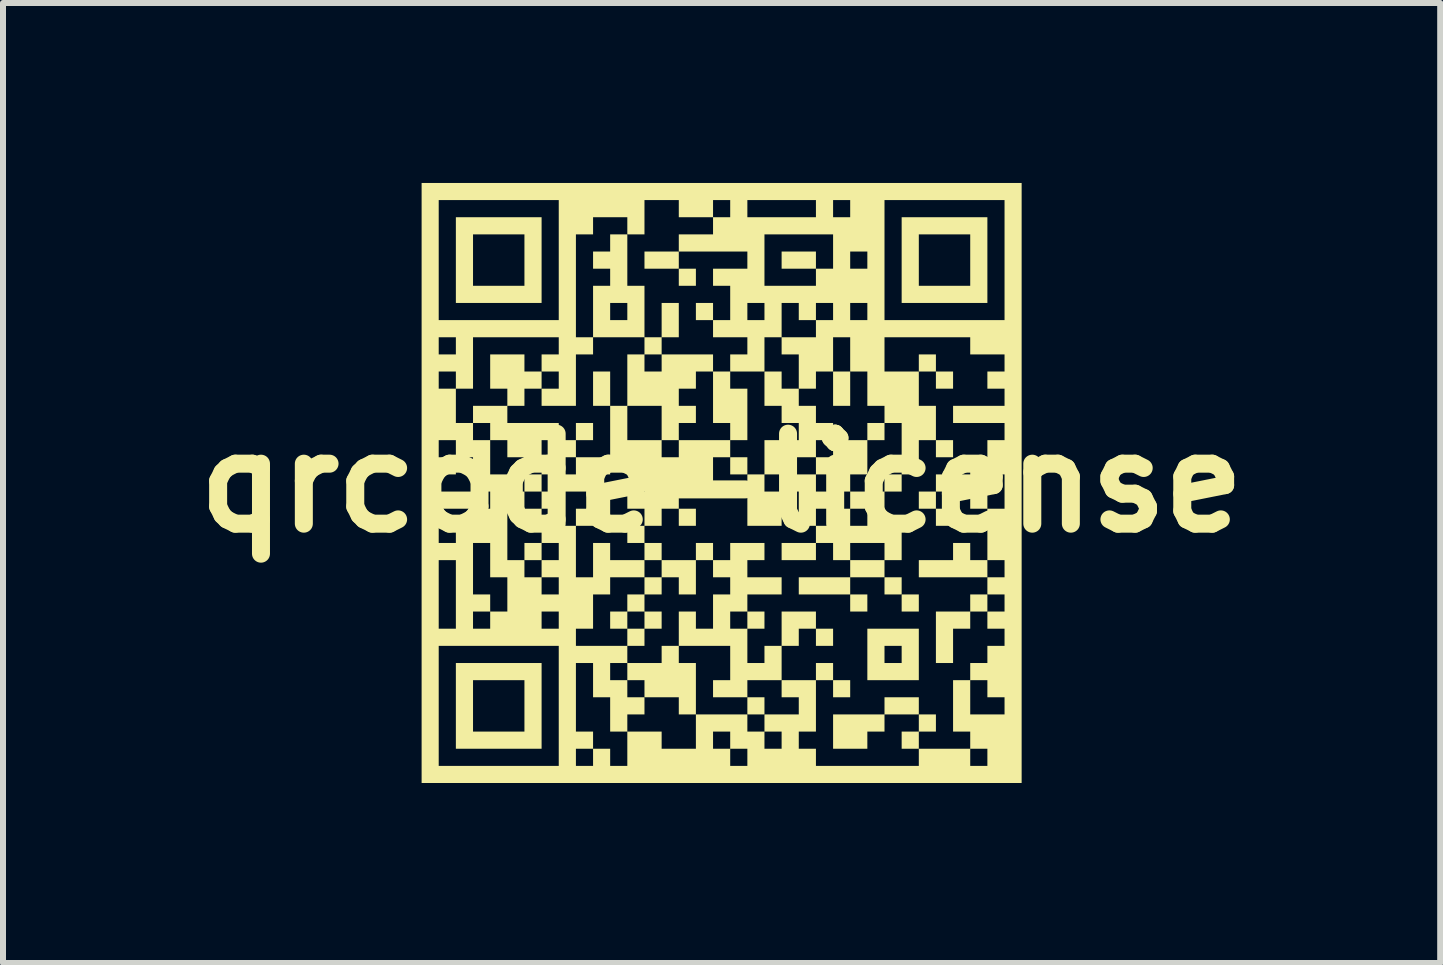
<source format=kicad_pcb>
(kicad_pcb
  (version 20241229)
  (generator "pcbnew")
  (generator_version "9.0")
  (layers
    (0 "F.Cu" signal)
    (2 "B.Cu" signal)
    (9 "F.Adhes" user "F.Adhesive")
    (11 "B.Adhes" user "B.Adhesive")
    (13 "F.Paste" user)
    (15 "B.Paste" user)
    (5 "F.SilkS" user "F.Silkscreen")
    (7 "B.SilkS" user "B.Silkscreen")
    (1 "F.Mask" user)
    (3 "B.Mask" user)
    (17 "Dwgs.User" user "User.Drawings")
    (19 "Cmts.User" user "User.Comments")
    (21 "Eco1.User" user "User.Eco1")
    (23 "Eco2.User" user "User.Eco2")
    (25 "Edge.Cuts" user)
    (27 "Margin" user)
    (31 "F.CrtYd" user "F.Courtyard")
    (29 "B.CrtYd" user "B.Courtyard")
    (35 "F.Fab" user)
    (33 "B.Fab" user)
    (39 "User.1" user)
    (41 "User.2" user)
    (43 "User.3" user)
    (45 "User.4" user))
  (footprint "qrcode-license"
    (layer "F.Cu")
    (at 8.979 5.001)
    (property "Reference" "qrcode-license" (at 0 0 0) (layer "F.SilkS") (effects (font (size 1.5 1.5) (thickness 0.3))))
    (attr board_only exclude_from_pos_files exclude_from_bom)
    (fp_poly (pts (xy -3.001 1.143) (xy -3.001 1.286) (xy -3.144 1.286) (xy -3.287 1.286) (xy -3.287 1.143) (xy -3.287 1) (xy -3.144 1) (xy -3.001 1)) (stroke (width 0) (type solid)) (fill yes) (layer "F.SilkS"))
    (fp_poly (pts (xy -0.714 -3.715) (xy -0.714 -3.572) (xy -1 -3.572) (xy -1.286 -3.572) (xy -1.286 -3.715) (xy -1.286 -3.858) (xy -1 -3.858) (xy -0.714 -3.858)) (stroke (width 0) (type solid)) (fill yes) (layer "F.SilkS"))
    (fp_poly (pts (xy -0.429 -3.43) (xy -0.429 -3.287) (xy -0.572 -3.287) (xy -0.714 -3.287) (xy -0.714 -3.43) (xy -0.714 -3.572) (xy -0.572 -3.572) (xy -0.429 -3.572)) (stroke (width 0) (type solid)) (fill yes) (layer "F.SilkS"))
    (fp_poly (pts (xy -0.429 0.572) (xy -0.429 0.714) (xy -0.572 0.714) (xy -0.714 0.714) (xy -0.714 0.572) (xy -0.714 0.429) (xy -0.572 0.429) (xy -0.429 0.429)) (stroke (width 0) (type solid)) (fill yes) (layer "F.SilkS"))
    (fp_poly (pts (xy -0.143 -2.858) (xy -0.143 -2.715) (xy -0.286 -2.715) (xy -0.429 -2.715) (xy -0.429 -2.858) (xy -0.429 -3.001) (xy -0.286 -3.001) (xy -0.143 -3.001)) (stroke (width 0) (type solid)) (fill yes) (layer "F.SilkS"))
    (fp_poly (pts (xy 0.714 3.715) (xy 0.714 3.858) (xy 0.572 3.858) (xy 0.429 3.858) (xy 0.429 3.715) (xy 0.429 3.572) (xy 0.572 3.572) (xy 0.714 3.572)) (stroke (width 0) (type solid)) (fill yes) (layer "F.SilkS"))
    (fp_poly (pts (xy 1.572 -3.715) (xy 1.572 -3.572) (xy 1.286 -3.572) (xy 1 -3.572) (xy 1 -3.715) (xy 1 -3.858) (xy 1.286 -3.858) (xy 1.572 -3.858)) (stroke (width 0) (type solid)) (fill yes) (layer "F.SilkS"))
    (fp_poly (pts (xy 1.858 2.572) (xy 1.858 2.715) (xy 1.715 2.715) (xy 1.572 2.715) (xy 1.572 2.572) (xy 1.572 2.429) (xy 1.715 2.429) (xy 1.858 2.429)) (stroke (width 0) (type solid)) (fill yes) (layer "F.SilkS"))
    (fp_poly (pts (xy 1.858 3.144) (xy 1.858 3.287) (xy 1.715 3.287) (xy 1.572 3.287) (xy 1.572 3.144) (xy 1.572 3.001) (xy 1.715 3.001) (xy 1.858 3.001)) (stroke (width 0) (type solid)) (fill yes) (layer "F.SilkS"))
    (fp_poly (pts (xy 2.143 -1.572) (xy 2.143 -1.286) (xy 2.001 -1.286) (xy 1.858 -1.286) (xy 1.858 -1.572) (xy 1.858 -1.858) (xy 2.001 -1.858) (xy 2.143 -1.858)) (stroke (width 0) (type solid)) (fill yes) (layer "F.SilkS"))
    (fp_poly (pts (xy 2.143 3.43) (xy 2.143 3.572) (xy 2.001 3.572) (xy 1.858 3.572) (xy 1.858 3.43) (xy 1.858 3.287) (xy 2.001 3.287) (xy 2.143 3.287)) (stroke (width 0) (type solid)) (fill yes) (layer "F.SilkS"))
    (fp_poly (pts (xy 2.429 2.001) (xy 2.429 2.143) (xy 2.286 2.143) (xy 2.143 2.143) (xy 2.143 2.001) (xy 2.143 1.858) (xy 2.286 1.858) (xy 2.429 1.858)) (stroke (width 0) (type solid)) (fill yes) (layer "F.SilkS"))
    (fp_poly (pts (xy 3.001 1.715) (xy 3.001 1.858) (xy 2.858 1.858) (xy 2.715 1.858) (xy 2.715 1.715) (xy 2.715 1.572) (xy 2.858 1.572) (xy 3.001 1.572)) (stroke (width 0) (type solid)) (fill yes) (layer "F.SilkS"))
    (fp_poly (pts (xy 3.287 2.001) (xy 3.287 2.143) (xy 3.144 2.143) (xy 3.001 2.143) (xy 3.001 2.001) (xy 3.001 1.858) (xy 3.144 1.858) (xy 3.287 1.858)) (stroke (width 0) (type solid)) (fill yes) (layer "F.SilkS"))
    (fp_poly (pts (xy 3.572 -2.001) (xy 3.572 -1.858) (xy 3.43 -1.858) (xy 3.287 -1.858) (xy 3.287 -2.001) (xy 3.287 -2.143) (xy 3.43 -2.143) (xy 3.572 -2.143)) (stroke (width 0) (type solid)) (fill yes) (layer "F.SilkS"))
    (fp_poly (pts (xy 3.572 0.286) (xy 3.572 0.429) (xy 3.43 0.429) (xy 3.287 0.429) (xy 3.287 0.286) (xy 3.287 0.143) (xy 3.43 0.143) (xy 3.572 0.143)) (stroke (width 0) (type solid)) (fill yes) (layer "F.SilkS"))
    (fp_poly (pts (xy 3.858 -1.715) (xy 3.858 -1.572) (xy 3.715 -1.572) (xy 3.572 -1.572) (xy 3.572 -1.715) (xy 3.572 -1.858) (xy 3.715 -1.858) (xy 3.858 -1.858)) (stroke (width 0) (type solid)) (fill yes) (layer "F.SilkS"))
    (fp_poly (pts (xy 3.858 -0.572) (xy 3.858 -0.429) (xy 3.715 -0.429) (xy 3.572 -0.429) (xy 3.572 -0.572) (xy 3.572 -0.714) (xy 3.715 -0.714) (xy 3.858 -0.714)) (stroke (width 0) (type solid)) (fill yes) (layer "F.SilkS"))
    (fp_poly (pts (xy 3.858 0.572) (xy 3.858 0.714) (xy 3.715 0.714) (xy 3.572 0.714) (xy 3.572 0.572) (xy 3.572 0.429) (xy 3.715 0.429) (xy 3.858 0.429)) (stroke (width 0) (type solid)) (fill yes) (layer "F.SilkS"))
    (fp_poly (pts (xy -1.858 0.429) (xy -1.858 0.714) (xy -2.143 0.714) (xy -2.429 0.714) (xy -2.429 0.572) (xy -2.429 0.429) (xy -2.286 0.429) (xy -2.143 0.429) (xy -2.143 0.286) (xy -2.143 0.143) (xy -2.001 0.143) (xy -1.858 0.143)) (stroke (width 0) (type solid)) (fill yes) (layer "F.SilkS"))
    (fp_poly (pts (xy 3.572 4.001) (xy 3.572 4.144) (xy 3.43 4.144) (xy 3.287 4.144) (xy 3.287 4.287) (xy 3.287 4.43) (xy 3.144 4.43) (xy 3.001 4.43) (xy 3.001 4.287) (xy 3.001 4.144) (xy 3.144 4.144) (xy 3.287 4.144) (xy 3.287 4.001) (xy 3.287 3.858) (xy 3.43 3.858) (xy 3.572 3.858)) (stroke (width 0) (type solid)) (fill yes) (layer "F.SilkS"))
    (fp_poly (pts (xy 4.144 1.143) (xy 4.144 1.286) (xy 4.287 1.286) (xy 4.43 1.286) (xy 4.43 1.429) (xy 4.43 1.572) (xy 3.858 1.572) (xy 3.287 1.572) (xy 3.287 1.429) (xy 3.287 1.286) (xy 3.572 1.286) (xy 3.858 1.286) (xy 3.858 1.143) (xy 3.858 1) (xy 4.001 1) (xy 4.144 1)) (stroke (width 0) (type solid)) (fill yes) (layer "F.SilkS"))
    (fp_poly (pts (xy -3.001 -3.715) (xy -3.001 -3.001) (xy -3.715 -3.001) (xy -4.43 -3.001) (xy -4.43 -3.715) (xy -4.144 -3.715) (xy -4.144 -3.287) (xy -3.715 -3.287) (xy -3.287 -3.287) (xy -3.287 -3.715) (xy -3.287 -4.144) (xy -3.715 -4.144) (xy -4.144 -4.144) (xy -4.144 -3.715) (xy -4.43 -3.715) (xy -4.43 -4.43) (xy -3.715 -4.43) (xy -3.001 -4.43)) (stroke (width 0) (type solid)) (fill yes) (layer "F.SilkS"))
    (fp_poly (pts (xy -3.001 3.715) (xy -3.001 4.43) (xy -3.715 4.43) (xy -4.43 4.43) (xy -4.43 3.715) (xy -4.144 3.715) (xy -4.144 4.144) (xy -3.715 4.144) (xy -3.287 4.144) (xy -3.287 3.715) (xy -3.287 3.287) (xy -3.715 3.287) (xy -4.144 3.287) (xy -4.144 3.715) (xy -4.43 3.715) (xy -4.43 3.001) (xy -3.715 3.001) (xy -3.001 3.001)) (stroke (width 0) (type solid)) (fill yes) (layer "F.SilkS"))
    (fp_poly (pts (xy 3.287 2.858) (xy 3.287 3.287) (xy 2.858 3.287) (xy 2.429 3.287) (xy 2.429 2.858) (xy 2.715 2.858) (xy 2.715 3.001) (xy 2.858 3.001) (xy 3.001 3.001) (xy 3.001 2.858) (xy 3.001 2.715) (xy 2.858 2.715) (xy 2.715 2.715) (xy 2.715 2.858) (xy 2.429 2.858) (xy 2.429 2.429) (xy 2.858 2.429) (xy 3.287 2.429)) (stroke (width 0) (type solid)) (fill yes) (layer "F.SilkS"))
    (fp_poly (pts (xy 4.43 -3.715) (xy 4.43 -3.001) (xy 3.715 -3.001) (xy 3.001 -3.001) (xy 3.001 -3.715) (xy 3.287 -3.715) (xy 3.287 -3.287) (xy 3.715 -3.287) (xy 4.144 -3.287) (xy 4.144 -3.715) (xy 4.144 -4.144) (xy 3.715 -4.144) (xy 3.287 -4.144) (xy 3.287 -3.715) (xy 3.001 -3.715) (xy 3.001 -4.43) (xy 3.715 -4.43) (xy 4.43 -4.43)) (stroke (width 0) (type solid)) (fill yes) (layer "F.SilkS"))
    (fp_poly (pts (xy 3.287 3.715) (xy 3.287 3.858) (xy 3.001 3.858) (xy 2.715 3.858) (xy 2.715 4.001) (xy 2.715 4.144) (xy 2.572 4.144) (xy 2.429 4.144) (xy 2.429 4.287) (xy 2.429 4.43) (xy 2.143 4.43) (xy 1.858 4.43) (xy 1.858 4.144) (xy 1.858 3.858) (xy 2.286 3.858) (xy 2.715 3.858) (xy 2.715 3.715) (xy 2.715 3.572) (xy 3.001 3.572) (xy 3.287 3.572)) (stroke (width 0) (type solid)) (fill yes) (layer "F.SilkS"))
    (fp_poly (pts (xy 4.43 2.001) (xy 4.43 2.143) (xy 4.287 2.143) (xy 4.144 2.143) (xy 4.144 2.286) (xy 4.144 2.429) (xy 4.001 2.429) (xy 3.858 2.429) (xy 3.858 2.715) (xy 3.858 3.001) (xy 3.715 3.001) (xy 3.572 3.001) (xy 3.572 2.572) (xy 3.572 2.143) (xy 3.858 2.143) (xy 4.144 2.143) (xy 4.144 2.001) (xy 4.144 1.858) (xy 4.287 1.858) (xy 4.43 1.858)) (stroke (width 0) (type solid)) (fill yes) (layer "F.SilkS"))
    (fp_poly (pts (xy -1 1.143) (xy -1 1.286) (xy -0.714 1.286) (xy -0.429 1.286) (xy -0.429 1.143) (xy -0.429 1) (xy -0.286 1) (xy -0.143 1) (xy -0.143 1.143) (xy -0.143 1.286) (xy 0 1.286) (xy 0.143 1.286) (xy 0.143 1.143) (xy 0.143 1) (xy 0.429 1) (xy 0.714 1) (xy 0.714 1.143) (xy 0.714 1.286) (xy 0.572 1.286) (xy 0.429 1.286) (xy 0.429 1.429) (xy 0.429 1.572) (xy 0.714 1.572) (xy 1 1.572) (xy 1 1.715) (xy 1 1.858) (xy 0.714 1.858) (xy 0.429 1.858) (xy 0.429 2.001) (xy 0.429 2.143) (xy 0.286 2.143) (xy 0.143 2.143) (xy 0.143 2.286) (xy 0.143 2.429) (xy 0.286 2.429) (xy 0.429 2.429) (xy 0.429 2.286) (xy 0.429 2.143) (xy 0.572 2.143) (xy 0.714 2.143) (xy 0.714 2.286) (xy 0.714 2.429) (xy 0.572 2.429) (xy 0.429 2.429) (xy 0.429 2.715) (xy 0.429 3.001) (xy 0.572 3.001) (xy 0.714 3.001) (xy 0.714 2.858) (xy 0.714 2.715) (xy 0.857 2.715) (xy 1 2.715) (xy 1 2.429) (xy 1 2.143) (xy 1.286 2.143) (xy 1.572 2.143) (xy 1.572 2.286) (xy 1.572 2.429) (xy 1.429 2.429) (xy 1.286 2.429) (xy 1.286 2.572) (xy 1.286 2.715) (xy 1.143 2.715) (xy 1 2.715) (xy 1 3.001) (xy 1 3.287) (xy 0.714 3.287) (xy 0.429 3.287) (xy 0.429 3.43) (xy 0.429 3.572) (xy 0.143 3.572) (xy -0.143 3.572) (xy -0.143 3.43) (xy -0.143 3.287) (xy 0 3.287) (xy 0.143 3.287) (xy 0.143 3.001) (xy 0.143 2.715) (xy -0.286 2.715) (xy -0.714 2.715) (xy -0.714 2.858) (xy -0.714 3.001) (xy -0.572 3.001) (xy -0.429 3.001) (xy -0.429 3.43) (xy -0.429 3.858) (xy -0.572 3.858) (xy -0.714 3.858) (xy -0.714 3.715) (xy -0.714 3.572) (xy -1 3.572) (xy -1.286 3.572) (xy -1.286 3.43) (xy -1.286 3.287) (xy -1.429 3.287) (xy -1.572 3.287) (xy -1.572 3.144) (xy -1.572 3.001) (xy -1.286 3.001) (xy -1 3.001) (xy -1 2.858) (xy -1 2.715) (xy -0.857 2.715) (xy -0.714 2.715) (xy -0.714 2.429) (xy -0.714 2.143) (xy -0.572 2.143) (xy -0.429 2.143) (xy -0.429 2.286) (xy -0.429 2.429) (xy -0.286 2.429) (xy -0.143 2.429) (xy -0.143 2.143) (xy -0.143 1.858) (xy 0 1.858) (xy 0.143 1.858) (xy 0.143 1.715) (xy 0.143 1.572) (xy 0 1.572) (xy -0.143 1.572) (xy -0.143 1.429) (xy -0.143 1.286) (xy -0.286 1.286) (xy -0.429 1.286) (xy -0.429 1.572) (xy -0.429 1.858) (xy -0.572 1.858) (xy -0.714 1.858) (xy -0.714 1.715) (xy -0.714 1.572) (xy -0.857 1.572) (xy -1 1.572) (xy -1 1.715) (xy -1 1.858) (xy -1.143 1.858) (xy -1.286 1.858) (xy -1.286 2.001) (xy -1.286 2.143) (xy -1.429 2.143) (xy -1.572 2.143) (xy -1.572 2.286) (xy -1.572 2.429) (xy -1.429 2.429) (xy -1.286 2.429) (xy -1.286 2.286) (xy -1.286 2.143) (xy -1.143 2.143) (xy -1 2.143) (xy -1 2.286) (xy -1 2.429) (xy -1.143 2.429) (xy -1.286 2.429) (xy -1.286 2.572) (xy -1.286 2.715) (xy -1.429 2.715) (xy -1.572 2.715) (xy -1.572 2.572) (xy -1.572 2.429) (xy -1.715 2.429) (xy -1.858 2.429) (xy -1.858 2.286) (xy -1.858 2.143) (xy -1.715 2.143) (xy -1.572 2.143) (xy -1.572 2.001) (xy -1.572 1.858) (xy -1.429 1.858) (xy -1.286 1.858) (xy -1.286 1.715) (xy -1.286 1.572) (xy -1.143 1.572) (xy -1 1.572) (xy -1 1.429) (xy -1 1.286) (xy -1.143 1.286) (xy -1.286 1.286) (xy -1.286 1.143) (xy -1.286 1) (xy -1.143 1) (xy -1 1)) (stroke (width 0) (type solid)) (fill yes) (layer "F.SilkS"))
    (fp_poly (pts (xy 1 -1.715) (xy 1 -1.572) (xy 1.143 -1.572) (xy 1.286 -1.572) (xy 1.286 -1.429) (xy 1.286 -1.286) (xy 1.429 -1.286) (xy 1.572 -1.286) (xy 1.572 -1.143) (xy 1.572 -1) (xy 1.715 -1) (xy 1.858 -1) (xy 1.858 -0.857) (xy 1.858 -0.714) (xy 2.143 -0.714) (xy 2.429 -0.714) (xy 2.429 -0.857) (xy 2.429 -1) (xy 2.572 -1) (xy 2.715 -1) (xy 2.715 -0.857) (xy 2.715 -0.714) (xy 2.572 -0.714) (xy 2.429 -0.714) (xy 2.429 -0.429) (xy 2.429 -0.143) (xy 2.286 -0.143) (xy 2.143 -0.143) (xy 2.143 0) (xy 2.143 0.143) (xy 2.429 0.143) (xy 2.715 0.143) (xy 2.715 0) (xy 2.715 -0.143) (xy 2.858 -0.143) (xy 3.001 -0.143) (xy 3.001 0) (xy 3.001 0.143) (xy 2.858 0.143) (xy 2.715 0.143) (xy 2.715 0.429) (xy 2.715 0.714) (xy 2.858 0.714) (xy 3.001 0.714) (xy 3.001 1) (xy 3.001 1.286) (xy 2.858 1.286) (xy 2.715 1.286) (xy 2.715 1.429) (xy 2.715 1.572) (xy 2.429 1.572) (xy 2.143 1.572) (xy 2.143 1.715) (xy 2.143 1.858) (xy 1.715 1.858) (xy 1.286 1.858) (xy 1.286 1.715) (xy 1.286 1.572) (xy 1.715 1.572) (xy 2.143 1.572) (xy 2.143 1.429) (xy 2.143 1.286) (xy 2.001 1.286) (xy 1.858 1.286) (xy 1.858 1.143) (xy 2.143 1.143) (xy 2.143 1.286) (xy 2.429 1.286) (xy 2.715 1.286) (xy 2.715 1.143) (xy 2.715 1) (xy 2.429 1) (xy 2.143 1) (xy 2.143 1.143) (xy 1.858 1.143) (xy 1.858 1) (xy 1.715 1) (xy 1.572 1) (xy 1.572 1.143) (xy 1.572 1.286) (xy 1.286 1.286) (xy 1 1.286) (xy 1 1.143) (xy 1 1) (xy 1.286 1) (xy 1.572 1) (xy 1.572 0.857) (xy 1.572 0.714) (xy 1.429 0.714) (xy 1.286 0.714) (xy 1.286 0.429) (xy 1.572 0.429) (xy 1.572 0.572) (xy 1.572 0.714) (xy 1.715 0.714) (xy 1.858 0.714) (xy 1.858 0.572) (xy 2.143 0.572) (xy 2.143 0.714) (xy 2.286 0.714) (xy 2.429 0.714) (xy 2.429 0.572) (xy 2.429 0.429) (xy 2.286 0.429) (xy 2.143 0.429) (xy 2.143 0.572) (xy 1.858 0.572) (xy 1.858 0.429) (xy 2.001 0.429) (xy 2.143 0.429) (xy 2.143 0.286) (xy 2.143 0.143) (xy 2.001 0.143) (xy 1.858 0.143) (xy 1.858 0.286) (xy 1.858 0.429) (xy 1.715 0.429) (xy 1.572 0.429) (xy 1.286 0.429) (xy 1.286 0.143) (xy 1.143 0.143) (xy 1 0.143) (xy 1 0.429) (xy 1 0.714) (xy 0.714 0.714) (xy 0.429 0.714) (xy 0.429 0.286) (xy 0.429 -0.143) (xy 0.286 -0.143) (xy 0.143 -0.143) (xy 0.143 -0.286) (xy 0.143 -0.429) (xy 0.286 -0.429) (xy 0.429 -0.429) (xy 0.429 -0.286) (xy 0.429 -0.143) (xy 0.572 -0.143) (xy 0.714 -0.143) (xy 0.714 0) (xy 0.714 0.143) (xy 0.857 0.143) (xy 1 0.143) (xy 1 0) (xy 1.572 0) (xy 1.572 0.143) (xy 1.715 0.143) (xy 1.858 0.143) (xy 1.858 0) (xy 1.858 -0.143) (xy 1.715 -0.143) (xy 1.572 -0.143) (xy 1.572 0) (xy 1 0) (xy 1 -0.143) (xy 1.286 -0.143) (xy 1.572 -0.143) (xy 1.572 -0.286) (xy 1.572 -0.429) (xy 1.715 -0.429) (xy 1.858 -0.429) (xy 1.858 -0.572) (xy 1.858 -0.714) (xy 1.715 -0.714) (xy 1.572 -0.714) (xy 1.572 -0.572) (xy 1.572 -0.429) (xy 1.286 -0.429) (xy 1 -0.429) (xy 1 -0.286) (xy 1 -0.143) (xy 0.857 -0.143) (xy 0.714 -0.143) (xy 0.714 -0.429) (xy 0.714 -0.714) (xy 1 -0.714) (xy 1.286 -0.714) (xy 1.286 -0.857) (xy 1.286 -1) (xy 1.143 -1) (xy 1 -1) (xy 1 -1.143) (xy 1 -1.286) (xy 0.857 -1.286) (xy 0.714 -1.286) (xy 0.714 -1.572) (xy 0.714 -1.858) (xy 0.857 -1.858) (xy 1 -1.858)) (stroke (width 0) (type solid)) (fill yes) (layer "F.SilkS"))
    (fp_poly (pts (xy -1.572 -3.715) (xy -1.572 -3.287) (xy -1.429 -3.287) (xy -1.286 -3.287) (xy -1.286 -2.858) (xy -1.286 -2.429) (xy -1.143 -2.429) (xy -1 -2.429) (xy -1 -2.715) (xy -1 -3.001) (xy -0.857 -3.001) (xy -0.714 -3.001) (xy -0.714 -2.715) (xy -0.714 -2.429) (xy -0.857 -2.429) (xy -1 -2.429) (xy -1 -2.286) (xy -1 -2.143) (xy -1.143 -2.143) (xy -1.286 -2.143) (xy -1.286 -2.001) (xy -1.286 -1.858) (xy -1.143 -1.858) (xy -1 -1.858) (xy -1 -2.001) (xy -1 -2.143) (xy -0.572 -2.143) (xy -0.143 -2.143) (xy -0.143 -2.001) (xy -0.143 -1.858) (xy -0.286 -1.858) (xy -0.429 -1.858) (xy -0.429 -1.715) (xy -0.429 -1.572) (xy -0.572 -1.572) (xy -0.714 -1.572) (xy -0.714 -1.429) (xy -0.714 -1.286) (xy -0.572 -1.286) (xy -0.429 -1.286) (xy -0.429 -1.143) (xy -0.429 -1) (xy -0.572 -1) (xy -0.714 -1) (xy -0.714 -0.857) (xy -0.714 -0.714) (xy -0.857 -0.714) (xy -1 -0.714) (xy -1 -1) (xy -1 -1.286) (xy -1.286 -1.286) (xy -1.572 -1.286) (xy -1.572 -1) (xy -1.572 -0.714) (xy -1.286 -0.714) (xy -1 -0.714) (xy -1 -0.572) (xy -1 -0.429) (xy -0.857 -0.429) (xy -0.714 -0.429) (xy -0.714 -0.572) (xy -0.714 -0.714) (xy -0.286 -0.714) (xy 0.143 -0.714) (xy 0.143 -0.857) (xy 0.143 -1) (xy 0 -1) (xy -0.143 -1) (xy -0.143 -1.429) (xy -0.143 -1.858) (xy 0 -1.858) (xy 0.143 -1.858) (xy 0.143 -1.715) (xy 0.143 -1.572) (xy 0.286 -1.572) (xy 0.429 -1.572) (xy 0.429 -1.143) (xy 0.429 -0.714) (xy 0.286 -0.714) (xy 0.143 -0.714) (xy 0.143 -0.572) (xy 0.143 -0.429) (xy 0 -0.429) (xy -0.143 -0.429) (xy -0.143 -0.143) (xy -0.143 0.143) (xy -0.429 0.143) (xy -0.714 0.143) (xy -0.714 0.286) (xy -0.714 0.429) (xy -0.857 0.429) (xy -1 0.429) (xy -1 0.572) (xy -1 0.714) (xy -1.143 0.714) (xy -1.286 0.714) (xy -1.286 0.857) (xy -1.286 1) (xy -1.429 1) (xy -1.572 1) (xy -1.572 0.857) (xy -1.572 0.714) (xy -1.429 0.714) (xy -1.286 0.714) (xy -1.286 0.572) (xy -1.286 0.429) (xy -1.429 0.429) (xy -1.572 0.429) (xy -1.572 0.286) (xy -1.572 0.143) (xy -1.429 0.143) (xy -1.286 0.143) (xy -1.286 0) (xy -1.286 -0.143) (xy -1.429 -0.143) (xy -1.572 -0.143) (xy -1.572 -0.286) (xy -1.572 -0.429) (xy -1.715 -0.429) (xy -1.858 -0.429) (xy -1.858 -0.286) (xy -1.858 -0.143) (xy -2.001 -0.143) (xy -2.143 -0.143) (xy -2.143 0) (xy -2.143 0.143) (xy -2.429 0.143) (xy -2.715 0.143) (xy -2.715 0.286) (xy -2.715 0.429) (xy -2.858 0.429) (xy -3.001 0.429) (xy -3.001 0.572) (xy -3.001 0.714) (xy -3.144 0.714) (xy -3.287 0.714) (xy -3.287 0.572) (xy -3.287 0.429) (xy -3.144 0.429) (xy -3.001 0.429) (xy -3.001 0.286) (xy -3.001 0.143) (xy -3.144 0.143) (xy -3.287 0.143) (xy -3.287 0) (xy -3.287 -0.143) (xy -3.144 -0.143) (xy -3.001 -0.143) (xy -3.001 0) (xy -3.001 0.143) (xy -2.858 0.143) (xy -2.715 0.143) (xy -2.715 0) (xy -2.715 -0.143) (xy -2.572 -0.143) (xy -2.429 -0.143) (xy -2.429 -0.286) (xy -2.429 -0.429) (xy -2.572 -0.429) (xy -2.715 -0.429) (xy -2.715 -0.286) (xy -2.715 -0.143) (xy -2.858 -0.143) (xy -3.001 -0.143) (xy -3.001 -0.286) (xy -3.001 -0.429) (xy -3.287 -0.429) (xy -3.572 -0.429) (xy -3.572 -0.572) (xy -3.001 -0.572) (xy -3.001 -0.429) (xy -2.858 -0.429) (xy -2.715 -0.429) (xy -2.715 -0.572) (xy -2.715 -0.714) (xy -2.858 -0.714) (xy -3.001 -0.714) (xy -3.001 -0.572) (xy -3.572 -0.572) (xy -3.572 -0.714) (xy -3.715 -0.714) (xy -3.858 -0.714) (xy -3.858 -0.857) (xy -3.858 -1) (xy -4.001 -1) (xy -4.144 -1) (xy -4.144 -1.143) (xy -4.144 -1.286) (xy -3.858 -1.286) (xy -3.572 -1.286) (xy -3.572 -1.429) (xy -3.572 -1.572) (xy -3.715 -1.572) (xy -3.858 -1.572) (xy -3.858 -1.858) (xy -3.858 -2.143) (xy -3.572 -2.143) (xy -3.287 -2.143) (xy -3.287 -2.001) (xy -3.287 -1.858) (xy -3.144 -1.858) (xy -3.001 -1.858) (xy -3.001 -1.715) (xy -3.001 -1.572) (xy -3.144 -1.572) (xy -3.287 -1.572) (xy -3.287 -1.429) (xy -3.287 -1.286) (xy -3.43 -1.286) (xy -3.572 -1.286) (xy -3.572 -1.143) (xy -3.572 -1) (xy -3.144 -1) (xy -2.715 -1) (xy -2.715 -0.857) (xy -2.715 -0.714) (xy -2.572 -0.714) (xy -2.429 -0.714) (xy -2.429 -0.857) (xy -2.429 -1) (xy -2.286 -1) (xy -2.143 -1) (xy -2.143 -0.857) (xy -2.143 -0.714) (xy -2.286 -0.714) (xy -2.429 -0.714) (xy -2.429 -0.572) (xy -2.429 -0.429) (xy -2.143 -0.429) (xy -1.858 -0.429) (xy -1.858 -0.857) (xy -1.858 -1.286) (xy -2.001 -1.286) (xy -2.143 -1.286) (xy -2.143 -1.572) (xy -2.143 -1.858) (xy -2.001 -1.858) (xy -1.858 -1.858) (xy -1.858 -1.572) (xy -1.858 -1.286) (xy -1.715 -1.286) (xy -1.572 -1.286) (xy -1.572 -1.715) (xy -1.572 -2.143) (xy -1.429 -2.143) (xy -1.286 -2.143) (xy -1.286 -2.286) (xy -1.286 -2.429) (xy -1.715 -2.429) (xy -2.143 -2.429) (xy -2.143 -2.858) (xy -1.858 -2.858) (xy -1.858 -2.715) (xy -1.715 -2.715) (xy -1.572 -2.715) (xy -1.572 -2.858) (xy -1.572 -3.001) (xy -1.715 -3.001) (xy -1.858 -3.001) (xy -1.858 -2.858) (xy -2.143 -2.858) (xy -2.143 -3.287) (xy -2.001 -3.287) (xy -1.858 -3.287) (xy -1.858 -3.43) (xy -1.858 -3.572) (xy -2.001 -3.572) (xy -2.143 -3.572) (xy -2.143 -3.715) (xy -2.143 -3.858) (xy -2.001 -3.858) (xy -1.858 -3.858) (xy -1.858 -4.001) (xy -1.858 -4.144) (xy -1.715 -4.144) (xy -1.572 -4.144)) (stroke (width 0) (type solid)) (fill yes) (layer "F.SilkS"))
    (fp_poly (pts (xy 5.001 0) (xy 5.001 5.001) (xy 0 5.001) (xy -5.001 5.001) (xy -5.001 3.715) (xy -4.716 3.715) (xy -4.716 4.716) (xy -3.715 4.716) (xy -2.715 4.716) (xy -2.715 3.715) (xy -2.715 2.715) (xy -3.715 2.715) (xy -4.716 2.715) (xy -4.716 3.715) (xy -5.001 3.715) (xy -5.001 1.858) (xy -4.716 1.858) (xy -4.716 2.429) (xy -4.573 2.429) (xy -4.43 2.429) (xy -4.43 1.858) (xy -4.43 1.429) (xy -4.144 1.429) (xy -4.144 1.858) (xy -4.001 1.858) (xy -3.858 1.858) (xy -3.858 2.001) (xy -3.858 2.143) (xy -4.001 2.143) (xy -4.144 2.143) (xy -4.144 2.286) (xy -4.144 2.429) (xy -4.001 2.429) (xy -3.858 2.429) (xy -3.858 2.286) (xy -3.001 2.286) (xy -3.001 2.429) (xy -2.858 2.429) (xy -2.715 2.429) (xy -2.715 2.286) (xy -2.715 2.143) (xy -2.858 2.143) (xy -3.001 2.143) (xy -3.001 2.286) (xy -3.858 2.286) (xy -3.858 2.143) (xy -3.715 2.143) (xy -3.572 2.143) (xy -3.572 1.858) (xy -3.572 1.715) (xy -3.001 1.715) (xy -3.001 1.858) (xy -2.858 1.858) (xy -2.715 1.858) (xy -2.715 1.715) (xy -2.715 1.572) (xy -2.858 1.572) (xy -3.001 1.572) (xy -3.001 1.715) (xy -3.572 1.715) (xy -3.572 1.572) (xy -3.715 1.572) (xy -3.858 1.572) (xy -3.858 1.286) (xy -3.858 1) (xy -4.001 1) (xy -4.144 1) (xy -4.144 1.429) (xy -4.43 1.429) (xy -4.43 1.286) (xy -4.573 1.286) (xy -4.716 1.286) (xy -4.716 1.858) (xy -5.001 1.858) (xy -5.001 0.429) (xy -4.716 0.429) (xy -4.716 0.714) (xy -4.716 1) (xy -4.573 1) (xy -4.43 1) (xy -4.43 0.857) (xy -4.43 0.714) (xy -4.287 0.714) (xy -4.144 0.714) (xy -4.144 0.572) (xy -4.144 0.429) (xy -4.001 0.429) (xy -3.858 0.429) (xy -3.858 0.286) (xy -3.858 0.143) (xy -4.001 0.143) (xy -4.144 0.143) (xy -4.144 0.286) (xy -4.144 0.429) (xy -4.43 0.429) (xy -4.716 0.429) (xy -5.001 0.429) (xy -5.001 0) (xy -5.001 -0.143) (xy -4.716 -0.143) (xy -4.716 0) (xy -4.716 0.143) (xy -4.43 0.143) (xy -4.144 0.143) (xy -4.144 -0.143) (xy -4.144 -0.429) (xy -4.287 -0.429) (xy -4.43 -0.429) (xy -4.43 -0.286) (xy -4.43 -0.143) (xy -4.573 -0.143) (xy -4.716 -0.143) (xy -5.001 -0.143) (xy -5.001 -0.572) (xy -4.716 -0.572) (xy -4.716 -0.429) (xy -4.573 -0.429) (xy -4.43 -0.429) (xy -4.43 -0.572) (xy -4.43 -0.714) (xy -4.573 -0.714) (xy -4.716 -0.714) (xy -4.716 -0.572) (xy -5.001 -0.572) (xy -5.001 -1.858) (xy -4.716 -1.858) (xy -4.716 -1.715) (xy -4.716 -1.572) (xy -4.573 -1.572) (xy -4.43 -1.572) (xy -4.43 -1.286) (xy -4.43 -1) (xy -4.287 -1) (xy -4.144 -1) (xy -4.144 -0.857) (xy -4.144 -0.714) (xy -4.001 -0.714) (xy -3.858 -0.714) (xy -3.858 -0.429) (xy -3.858 -0.143) (xy -3.715 -0.143) (xy -3.572 -0.143) (xy -3.572 0) (xy -3.572 0.143) (xy -3.43 0.143) (xy -3.287 0.143) (xy -3.287 0.286) (xy -3.287 0.429) (xy -3.43 0.429) (xy -3.572 0.429) (xy -3.572 0.857) (xy -3.572 1.286) (xy -3.43 1.286) (xy -3.287 1.286) (xy -3.287 1.429) (xy -3.287 1.572) (xy -3.144 1.572) (xy -3.001 1.572) (xy -3.001 1.429) (xy -3.001 1.286) (xy -2.858 1.286) (xy -2.715 1.286) (xy -2.715 1.143) (xy -2.715 1) (xy -2.858 1) (xy -3.001 1) (xy -3.001 0.857) (xy -3.001 0.714) (xy -2.715 0.714) (xy -2.429 0.714) (xy -2.429 1.143) (xy -2.429 1.572) (xy -2.286 1.572) (xy -2.143 1.572) (xy -2.143 1.286) (xy -2.143 1) (xy -2.001 1) (xy -1.858 1) (xy -1.858 1.143) (xy -1.858 1.286) (xy -1.572 1.286) (xy -1.286 1.286) (xy -1.286 1.429) (xy -1.286 1.572) (xy -1.572 1.572) (xy -1.858 1.572) (xy -1.858 1.715) (xy -1.858 1.858) (xy -2.001 1.858) (xy -2.143 1.858) (xy -2.143 2.143) (xy -2.143 2.429) (xy -2.286 2.429) (xy -2.429 2.429) (xy -2.429 2.572) (xy -2.429 2.715) (xy -2.001 2.715) (xy -1.572 2.715) (xy -1.572 2.858) (xy -1.572 3.001) (xy -1.715 3.001) (xy -1.858 3.001) (xy -1.858 3.144) (xy -1.858 3.287) (xy -1.715 3.287) (xy -1.572 3.287) (xy -1.572 3.43) (xy -1.572 3.572) (xy -1.429 3.572) (xy -1.286 3.572) (xy -1.286 3.715) (xy -1.286 3.858) (xy -1.429 3.858) (xy -1.572 3.858) (xy -1.572 4.001) (xy -1.572 4.144) (xy -1.715 4.144) (xy -1.858 4.144) (xy -1.858 3.858) (xy -1.858 3.572) (xy -2.001 3.572) (xy -2.143 3.572) (xy -2.143 3.287) (xy -2.143 3.001) (xy -2.286 3.001) (xy -2.429 3.001) (xy -2.429 3.572) (xy -2.429 4.144) (xy -2.286 4.144) (xy -2.143 4.144) (xy -2.143 4.287) (xy -2.143 4.43) (xy -2.286 4.43) (xy -2.429 4.43) (xy -2.429 4.573) (xy -2.429 4.716) (xy -2.286 4.716) (xy -2.143 4.716) (xy -2.143 4.573) (xy -2.143 4.43) (xy -2.001 4.43) (xy -1.858 4.43) (xy -1.858 4.573) (xy -1.858 4.716) (xy -1.715 4.716) (xy -1.572 4.716) (xy -1.572 4.573) (xy 0.143 4.573) (xy 0.143 4.716) (xy 0.286 4.716) (xy 0.429 4.716) (xy 0.429 4.573) (xy 0.429 4.43) (xy 0.286 4.43) (xy 0.143 4.43) (xy 0.143 4.573) (xy -1.572 4.573) (xy -1.572 4.43) (xy -1.572 4.144) (xy -1.286 4.144) (xy -1 4.144) (xy -1 4.287) (xy -1 4.43) (xy -0.714 4.43) (xy -0.429 4.43) (xy -0.429 4.287) (xy -0.143 4.287) (xy -0.143 4.43) (xy 0 4.43) (xy 0.143 4.43) (xy 0.143 4.287) (xy 0.714 4.287) (xy 0.714 4.43) (xy 0.857 4.43) (xy 1 4.43) (xy 1 4.287) (xy 1 4.144) (xy 0.857 4.144) (xy 0.714 4.144) (xy 0.714 4.287) (xy 0.143 4.287) (xy 0.143 4.144) (xy 0 4.144) (xy -0.143 4.144) (xy -0.143 4.287) (xy -0.429 4.287) (xy -0.429 4.144) (xy -0.429 3.858) (xy 0 3.858) (xy 0.429 3.858) (xy 0.429 4.001) (xy 0.429 4.144) (xy 0.572 4.144) (xy 0.714 4.144) (xy 0.714 4.001) (xy 0.714 3.858) (xy 1 3.858) (xy 1.286 3.858) (xy 1.286 3.715) (xy 1.286 3.572) (xy 1.143 3.572) (xy 1 3.572) (xy 1 3.43) (xy 1 3.287) (xy 1.286 3.287) (xy 1.572 3.287) (xy 1.572 3.715) (xy 1.572 4.144) (xy 1.429 4.144) (xy 1.286 4.144) (xy 1.286 4.287) (xy 1.286 4.43) (xy 1.429 4.43) (xy 1.572 4.43) (xy 1.572 4.573) (xy 1.572 4.716) (xy 2.429 4.716) (xy 3.287 4.716) (xy 3.287 4.573) (xy 4.144 4.573) (xy 4.144 4.716) (xy 4.287 4.716) (xy 4.43 4.716) (xy 4.43 4.573) (xy 4.43 4.43) (xy 4.287 4.43) (xy 4.144 4.43) (xy 4.144 4.573) (xy 3.287 4.573) (xy 3.287 4.43) (xy 3.715 4.43) (xy 4.144 4.43) (xy 4.144 4.287) (xy 4.144 4.144) (xy 4.001 4.144) (xy 3.858 4.144) (xy 3.858 3.715) (xy 3.858 3.572) (xy 4.144 3.572) (xy 4.144 3.858) (xy 4.43 3.858) (xy 4.716 3.858) (xy 4.716 3.715) (xy 4.716 3.572) (xy 4.573 3.572) (xy 4.43 3.572) (xy 4.43 3.43) (xy 4.43 3.287) (xy 4.287 3.287) (xy 4.144 3.287) (xy 4.144 3.572) (xy 3.858 3.572) (xy 3.858 3.287) (xy 4.001 3.287) (xy 4.144 3.287) (xy 4.144 3.144) (xy 4.144 3.001) (xy 4.287 3.001) (xy 4.43 3.001) (xy 4.43 2.858) (xy 4.43 2.715) (xy 4.573 2.715) (xy 4.716 2.715) (xy 4.716 2.572) (xy 4.716 2.429) (xy 4.573 2.429) (xy 4.43 2.429) (xy 4.43 2.286) (xy 4.43 2.143) (xy 4.573 2.143) (xy 4.716 2.143) (xy 4.716 2.001) (xy 4.716 1.858) (xy 4.573 1.858) (xy 4.43 1.858) (xy 4.43 1.715) (xy 4.43 1.572) (xy 4.573 1.572) (xy 4.716 1.572) (xy 4.716 1.429) (xy 4.716 1.286) (xy 4.573 1.286) (xy 4.43 1.286) (xy 4.43 0.857) (xy 4.43 0.429) (xy 4.573 0.429) (xy 4.716 0.429) (xy 4.716 0.143) (xy 4.716 -0.143) (xy 4.573 -0.143) (xy 4.43 -0.143) (xy 4.43 0.143) (xy 4.43 0.429) (xy 4.287 0.429) (xy 4.144 0.429) (xy 4.144 0.286) (xy 4.144 0.143) (xy 3.858 0.143) (xy 3.572 0.143) (xy 3.572 0) (xy 3.572 -0.143) (xy 3.858 -0.143) (xy 4.144 -0.143) (xy 4.144 -0.286) (xy 4.144 -0.429) (xy 4.287 -0.429) (xy 4.43 -0.429) (xy 4.43 -0.572) (xy 4.43 -0.714) (xy 4.573 -0.714) (xy 4.716 -0.714) (xy 4.716 -0.857) (xy 4.716 -1) (xy 4.287 -1) (xy 3.858 -1) (xy 3.858 -1.143) (xy 3.858 -1.286) (xy 4.287 -1.286) (xy 4.716 -1.286) (xy 4.716 -1.429) (xy 4.716 -1.572) (xy 4.573 -1.572) (xy 4.43 -1.572) (xy 4.43 -1.715) (xy 4.43 -1.858) (xy 4.573 -1.858) (xy 4.716 -1.858) (xy 4.716 -2.001) (xy 4.716 -2.143) (xy 4.43 -2.143) (xy 4.144 -2.143) (xy 4.144 -2.286) (xy 4.144 -2.429) (xy 3.43 -2.429) (xy 2.715 -2.429) (xy 2.715 -2.143) (xy 2.715 -1.858) (xy 3.001 -1.858) (xy 3.287 -1.858) (xy 3.287 -1.572) (xy 3.287 -1.286) (xy 3.43 -1.286) (xy 3.572 -1.286) (xy 3.572 -1) (xy 3.572 -0.714) (xy 3.43 -0.714) (xy 3.287 -0.714) (xy 3.287 -0.429) (xy 3.287 -0.143) (xy 3.144 -0.143) (xy 3.001 -0.143) (xy 3.001 -0.572) (xy 3.001 -1) (xy 2.858 -1) (xy 2.715 -1) (xy 2.715 -1.143) (xy 2.715 -1.286) (xy 2.572 -1.286) (xy 2.429 -1.286) (xy 2.429 -1.572) (xy 2.429 -1.858) (xy 2.286 -1.858) (xy 2.143 -1.858) (xy 2.143 -2.143) (xy 2.143 -2.429) (xy 2.001 -2.429) (xy 1.858 -2.429) (xy 1.858 -2.143) (xy 1.858 -1.858) (xy 1.715 -1.858) (xy 1.572 -1.858) (xy 1.572 -1.715) (xy 1.572 -1.572) (xy 1.429 -1.572) (xy 1.286 -1.572) (xy 1.286 -1.858) (xy 1.286 -2.143) (xy 1.143 -2.143) (xy 1 -2.143) (xy 1 -2.286) (xy 1 -2.429) (xy 1.286 -2.429) (xy 1.572 -2.429) (xy 1.572 -2.572) (xy 1.572 -2.715) (xy 1.715 -2.715) (xy 1.858 -2.715) (xy 1.858 -2.858) (xy 2.143 -2.858) (xy 2.143 -2.715) (xy 2.286 -2.715) (xy 2.429 -2.715) (xy 2.429 -2.858) (xy 2.429 -3.001) (xy 2.286 -3.001) (xy 2.143 -3.001) (xy 2.143 -2.858) (xy 1.858 -2.858) (xy 1.858 -3.001) (xy 1.715 -3.001) (xy 1.572 -3.001) (xy 1.572 -2.858) (xy 1.572 -2.715) (xy 1.429 -2.715) (xy 1.286 -2.715) (xy 1.286 -2.858) (xy 1.286 -3.001) (xy 1.143 -3.001) (xy 1 -3.001) (xy 1 -2.715) (xy 1 -2.429) (xy 0.857 -2.429) (xy 0.714 -2.429) (xy 0.714 -2.143) (xy 0.714 -1.858) (xy 0.429 -1.858) (xy 0.143 -1.858) (xy 0.143 -2.001) (xy 0.143 -2.143) (xy 0.286 -2.143) (xy 0.429 -2.143) (xy 0.429 -2.286) (xy 0.429 -2.429) (xy 0.143 -2.429) (xy -0.143 -2.429) (xy -0.143 -2.572) (xy -0.143 -2.715) (xy 0 -2.715) (xy 0.143 -2.715) (xy 0.143 -2.858) (xy 0.429 -2.858) (xy 0.429 -2.715) (xy 0.572 -2.715) (xy 0.714 -2.715) (xy 0.714 -2.858) (xy 0.714 -3.001) (xy 0.572 -3.001) (xy 0.429 -3.001) (xy 0.429 -2.858) (xy 0.143 -2.858) (xy 0.143 -3.001) (xy 0.143 -3.287) (xy 0 -3.287) (xy -0.143 -3.287) (xy -0.143 -3.43) (xy -0.143 -3.572) (xy 0.143 -3.572) (xy 0.429 -3.572) (xy 0.429 -3.715) (xy 0.714 -3.715) (xy 0.714 -3.287) (xy 1.143 -3.287) (xy 1.572 -3.287) (xy 1.572 -3.43) (xy 1.572 -3.572) (xy 1.715 -3.572) (xy 1.858 -3.572) (xy 1.858 -3.715) (xy 2.143 -3.715) (xy 2.143 -3.572) (xy 2.286 -3.572) (xy 2.429 -3.572) (xy 2.429 -3.715) (xy 2.715 -3.715) (xy 2.715 -2.715) (xy 3.715 -2.715) (xy 4.716 -2.715) (xy 4.716 -3.715) (xy 4.716 -4.716) (xy 3.715 -4.716) (xy 2.715 -4.716) (xy 2.715 -3.715) (xy 2.429 -3.715) (xy 2.429 -3.858) (xy 2.286 -3.858) (xy 2.143 -3.858) (xy 2.143 -3.715) (xy 1.858 -3.715) (xy 1.858 -3.858) (xy 1.858 -4.144) (xy 1.286 -4.144) (xy 0.714 -4.144) (xy 0.714 -3.715) (xy 0.429 -3.715) (xy 0.429 -3.858) (xy -0.143 -3.858) (xy -0.714 -3.858) (xy -0.714 -4.001) (xy -0.714 -4.144) (xy -0.429 -4.144) (xy -0.143 -4.144) (xy -0.143 -4.287) (xy -0.143 -4.43) (xy 0 -4.43) (xy 0.143 -4.43) (xy 0.143 -4.573) (xy 0.429 -4.573) (xy 0.429 -4.43) (xy 1 -4.43) (xy 1.572 -4.43) (xy 1.572 -4.573) (xy 1.858 -4.573) (xy 1.858 -4.43) (xy 2.001 -4.43) (xy 2.143 -4.43) (xy 2.143 -4.573) (xy 2.143 -4.716) (xy 2.001 -4.716) (xy 1.858 -4.716) (xy 1.858 -4.573) (xy 1.572 -4.573) (xy 1.572 -4.716) (xy 1 -4.716) (xy 0.429 -4.716) (xy 0.429 -4.573) (xy 0.143 -4.573) (xy 0.143 -4.716) (xy 0 -4.716) (xy -0.143 -4.716) (xy -0.143 -4.573) (xy -0.143 -4.43) (xy -0.429 -4.43) (xy -0.714 -4.43) (xy -0.714 -4.573) (xy -0.714 -4.716) (xy -1 -4.716) (xy -1.286 -4.716) (xy -1.286 -4.43) (xy -1.286 -4.144) (xy -1.429 -4.144) (xy -1.572 -4.144) (xy -1.572 -4.287) (xy -1.572 -4.43) (xy -1.858 -4.43) (xy -2.143 -4.43) (xy -2.143 -4.287) (xy -2.143 -4.144) (xy -2.286 -4.144) (xy -2.429 -4.144) (xy -2.429 -3.287) (xy -2.429 -2.429) (xy -2.286 -2.429) (xy -2.143 -2.429) (xy -2.143 -2.286) (xy -2.143 -2.143) (xy -2.286 -2.143) (xy -2.429 -2.143) (xy -2.429 -1.715) (xy -2.429 -1.286) (xy -2.715 -1.286) (xy -3.001 -1.286) (xy -3.001 -1.429) (xy -3.001 -1.572) (xy -2.858 -1.572) (xy -2.715 -1.572) (xy -2.715 -1.715) (xy -2.715 -1.858) (xy -2.858 -1.858) (xy -3.001 -1.858) (xy -3.001 -2.001) (xy -3.001 -2.143) (xy -2.858 -2.143) (xy -2.715 -2.143) (xy -2.715 -2.286) (xy -2.715 -2.429) (xy -3.43 -2.429) (xy -4.144 -2.429) (xy -4.144 -2.001) (xy -4.144 -1.572) (xy -4.287 -1.572) (xy -4.43 -1.572) (xy -4.43 -1.715) (xy -4.43 -1.858) (xy -4.573 -1.858) (xy -4.716 -1.858) (xy -5.001 -1.858) (xy -5.001 -2.286) (xy -4.716 -2.286) (xy -4.716 -2.143) (xy -4.573 -2.143) (xy -4.43 -2.143) (xy -4.43 -2.286) (xy -4.43 -2.429) (xy -4.573 -2.429) (xy -4.716 -2.429) (xy -4.716 -2.286) (xy -5.001 -2.286) (xy -5.001 -3.715) (xy -4.716 -3.715) (xy -4.716 -2.715) (xy -3.715 -2.715) (xy -2.715 -2.715) (xy -2.715 -3.715) (xy -2.715 -4.716) (xy -3.715 -4.716) (xy -4.716 -4.716) (xy -4.716 -3.715) (xy -5.001 -3.715) (xy -5.001 -5.001) (xy 0 -5.001) (xy 5.001 -5.001)) (stroke (width 0) (type solid)) (fill yes) (layer "F.SilkS")))
  (gr_rect
    (start -3 -3)
    (end 20.957 13.003)
    (stroke (width 0.1) (type default))
    (fill no)
    (layer "Edge.Cuts")))
</source>
